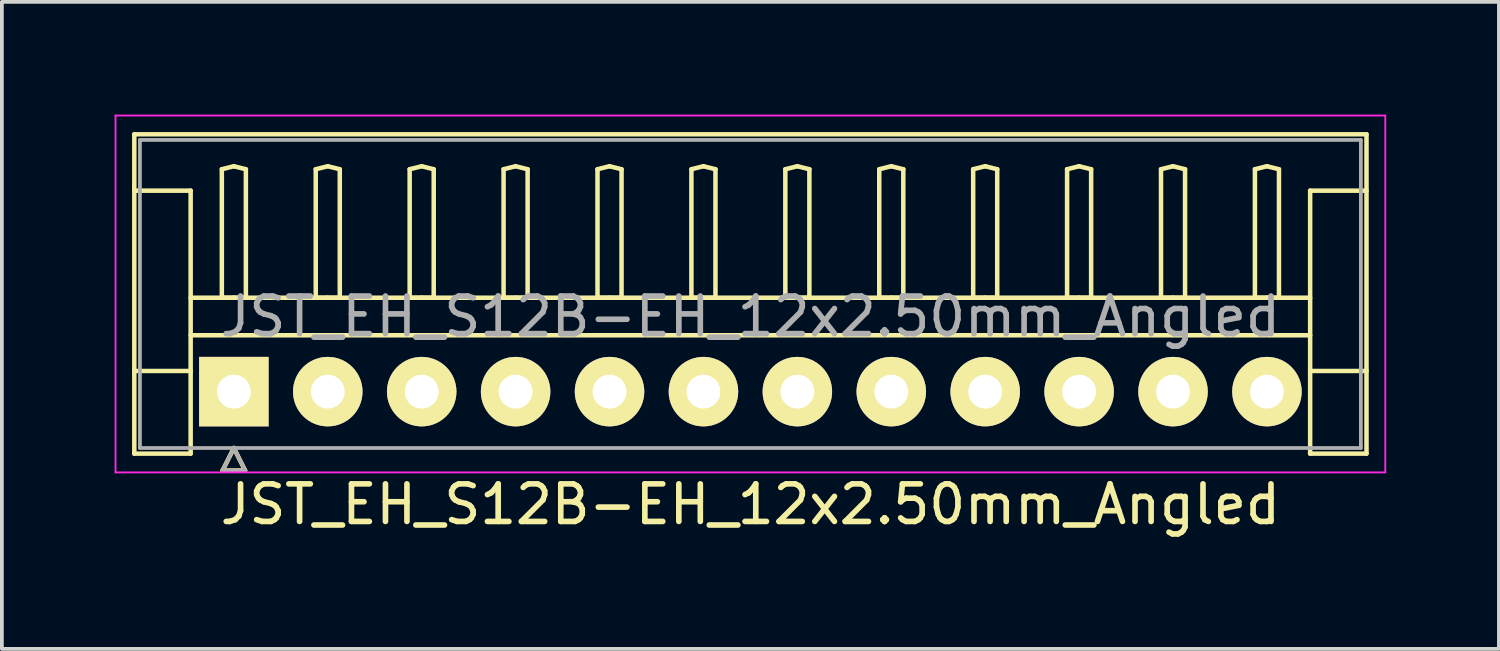
<source format=kicad_pcb>
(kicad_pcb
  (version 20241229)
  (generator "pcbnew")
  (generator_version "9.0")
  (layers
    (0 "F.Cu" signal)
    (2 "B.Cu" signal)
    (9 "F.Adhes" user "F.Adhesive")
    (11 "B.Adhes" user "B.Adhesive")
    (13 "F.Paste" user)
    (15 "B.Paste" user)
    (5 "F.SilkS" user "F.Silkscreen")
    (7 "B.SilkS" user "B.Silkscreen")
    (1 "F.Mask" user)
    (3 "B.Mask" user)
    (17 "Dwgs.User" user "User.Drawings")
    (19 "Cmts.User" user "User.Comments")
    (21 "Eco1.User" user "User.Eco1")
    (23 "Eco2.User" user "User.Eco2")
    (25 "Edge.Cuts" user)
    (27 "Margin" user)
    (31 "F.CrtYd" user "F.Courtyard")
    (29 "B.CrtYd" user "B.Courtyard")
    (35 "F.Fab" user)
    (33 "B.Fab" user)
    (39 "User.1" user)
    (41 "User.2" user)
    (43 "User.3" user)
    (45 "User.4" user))
  (footprint "JST_EH_S12B-EH_12x2.50mm_Angled"
    (layer "F.Cu")
    (at 3.175 7.375)
    (property "Reference" "JST_EH_S12B-EH_12x2.50mm_Angled" (at 13.75 3 0) (layer "F.SilkS") (effects (font (size 1 1) (thickness 0.15))))
    (attr through_hole)
    (fp_line (start -2.65 -6.85) (end 30.15 -6.85) (stroke (width 0.12) (type solid)) (layer "F.SilkS"))
    (fp_line (start -2.65 -5.35) (end -1.15 -5.35) (stroke (width 0.12) (type solid)) (layer "F.SilkS"))
    (fp_line (start -2.65 1.65) (end -2.65 -6.85) (stroke (width 0.12) (type solid)) (layer "F.SilkS"))
    (fp_line (start -1.15 -5.35) (end -1.15 -0.55) (stroke (width 0.12) (type solid)) (layer "F.SilkS"))
    (fp_line (start -1.15 -2.5) (end 28.65 -2.5) (stroke (width 0.12) (type solid)) (layer "F.SilkS"))
    (fp_line (start -1.15 -1.5) (end 28.65 -1.5) (stroke (width 0.12) (type solid)) (layer "F.SilkS"))
    (fp_line (start -1.15 -0.55) (end -2.65 -0.55) (stroke (width 0.12) (type solid)) (layer "F.SilkS"))
    (fp_line (start -1.15 -0.55) (end -1.15 1.65) (stroke (width 0.12) (type solid)) (layer "F.SilkS"))
    (fp_line (start -1.15 1.65) (end -2.65 1.65) (stroke (width 0.12) (type solid)) (layer "F.SilkS"))
    (fp_line (start -0.32 -5.92) (end 0 -6) (stroke (width 0.12) (type solid)) (layer "F.SilkS"))
    (fp_line (start -0.32 -2.5) (end -0.32 -5.92) (stroke (width 0.12) (type solid)) (layer "F.SilkS"))
    (fp_line (start -0.3 2.1) (end 0.3 2.1) (stroke (width 0.12) (type solid)) (layer "F.SilkS"))
    (fp_line (start 0 -6) (end 0.32 -5.92) (stroke (width 0.12) (type solid)) (layer "F.SilkS"))
    (fp_line (start 0 -2.5) (end -0.32 -2.5) (stroke (width 0.12) (type solid)) (layer "F.SilkS"))
    (fp_line (start 0 1.5) (end -0.3 2.1) (stroke (width 0.12) (type solid)) (layer "F.SilkS"))
    (fp_line (start 0.3 2.1) (end 0 1.5) (stroke (width 0.12) (type solid)) (layer "F.SilkS"))
    (fp_line (start 0.32 -5.92) (end 0.32 -2.5) (stroke (width 0.12) (type solid)) (layer "F.SilkS"))
    (fp_line (start 0.32 -2.5) (end 0 -2.5) (stroke (width 0.12) (type solid)) (layer "F.SilkS"))
    (fp_line (start 2.18 -5.92) (end 2.5 -6) (stroke (width 0.12) (type solid)) (layer "F.SilkS"))
    (fp_line (start 2.18 -2.5) (end 2.18 -5.92) (stroke (width 0.12) (type solid)) (layer "F.SilkS"))
    (fp_line (start 2.5 -6) (end 2.82 -5.92) (stroke (width 0.12) (type solid)) (layer "F.SilkS"))
    (fp_line (start 2.5 -2.5) (end 2.18 -2.5) (stroke (width 0.12) (type solid)) (layer "F.SilkS"))
    (fp_line (start 2.82 -5.92) (end 2.82 -2.5) (stroke (width 0.12) (type solid)) (layer "F.SilkS"))
    (fp_line (start 2.82 -2.5) (end 2.5 -2.5) (stroke (width 0.12) (type solid)) (layer "F.SilkS"))
    (fp_line (start 4.68 -5.92) (end 5 -6) (stroke (width 0.12) (type solid)) (layer "F.SilkS"))
    (fp_line (start 4.68 -2.5) (end 4.68 -5.92) (stroke (width 0.12) (type solid)) (layer "F.SilkS"))
    (fp_line (start 5 -6) (end 5.32 -5.92) (stroke (width 0.12) (type solid)) (layer "F.SilkS"))
    (fp_line (start 5 -2.5) (end 4.68 -2.5) (stroke (width 0.12) (type solid)) (layer "F.SilkS"))
    (fp_line (start 5.32 -5.92) (end 5.32 -2.5) (stroke (width 0.12) (type solid)) (layer "F.SilkS"))
    (fp_line (start 5.32 -2.5) (end 5 -2.5) (stroke (width 0.12) (type solid)) (layer "F.SilkS"))
    (fp_line (start 7.18 -5.92) (end 7.5 -6) (stroke (width 0.12) (type solid)) (layer "F.SilkS"))
    (fp_line (start 7.18 -2.5) (end 7.18 -5.92) (stroke (width 0.12) (type solid)) (layer "F.SilkS"))
    (fp_line (start 7.5 -6) (end 7.82 -5.92) (stroke (width 0.12) (type solid)) (layer "F.SilkS"))
    (fp_line (start 7.5 -2.5) (end 7.18 -2.5) (stroke (width 0.12) (type solid)) (layer "F.SilkS"))
    (fp_line (start 7.82 -5.92) (end 7.82 -2.5) (stroke (width 0.12) (type solid)) (layer "F.SilkS"))
    (fp_line (start 7.82 -2.5) (end 7.5 -2.5) (stroke (width 0.12) (type solid)) (layer "F.SilkS"))
    (fp_line (start 9.68 -5.92) (end 10 -6) (stroke (width 0.12) (type solid)) (layer "F.SilkS"))
    (fp_line (start 9.68 -2.5) (end 9.68 -5.92) (stroke (width 0.12) (type solid)) (layer "F.SilkS"))
    (fp_line (start 10 -6) (end 10.32 -5.92) (stroke (width 0.12) (type solid)) (layer "F.SilkS"))
    (fp_line (start 10 -2.5) (end 9.68 -2.5) (stroke (width 0.12) (type solid)) (layer "F.SilkS"))
    (fp_line (start 10.32 -5.92) (end 10.32 -2.5) (stroke (width 0.12) (type solid)) (layer "F.SilkS"))
    (fp_line (start 10.32 -2.5) (end 10 -2.5) (stroke (width 0.12) (type solid)) (layer "F.SilkS"))
    (fp_line (start 12.18 -5.92) (end 12.5 -6) (stroke (width 0.12) (type solid)) (layer "F.SilkS"))
    (fp_line (start 12.18 -2.5) (end 12.18 -5.92) (stroke (width 0.12) (type solid)) (layer "F.SilkS"))
    (fp_line (start 12.5 -6) (end 12.82 -5.92) (stroke (width 0.12) (type solid)) (layer "F.SilkS"))
    (fp_line (start 12.5 -2.5) (end 12.18 -2.5) (stroke (width 0.12) (type solid)) (layer "F.SilkS"))
    (fp_line (start 12.82 -5.92) (end 12.82 -2.5) (stroke (width 0.12) (type solid)) (layer "F.SilkS"))
    (fp_line (start 12.82 -2.5) (end 12.5 -2.5) (stroke (width 0.12) (type solid)) (layer "F.SilkS"))
    (fp_line (start 14.68 -5.92) (end 15 -6) (stroke (width 0.12) (type solid)) (layer "F.SilkS"))
    (fp_line (start 14.68 -2.5) (end 14.68 -5.92) (stroke (width 0.12) (type solid)) (layer "F.SilkS"))
    (fp_line (start 15 -6) (end 15.32 -5.92) (stroke (width 0.12) (type solid)) (layer "F.SilkS"))
    (fp_line (start 15 -2.5) (end 14.68 -2.5) (stroke (width 0.12) (type solid)) (layer "F.SilkS"))
    (fp_line (start 15.32 -5.92) (end 15.32 -2.5) (stroke (width 0.12) (type solid)) (layer "F.SilkS"))
    (fp_line (start 15.32 -2.5) (end 15 -2.5) (stroke (width 0.12) (type solid)) (layer "F.SilkS"))
    (fp_line (start 17.18 -5.92) (end 17.5 -6) (stroke (width 0.12) (type solid)) (layer "F.SilkS"))
    (fp_line (start 17.18 -2.5) (end 17.18 -5.92) (stroke (width 0.12) (type solid)) (layer "F.SilkS"))
    (fp_line (start 17.5 -6) (end 17.82 -5.92) (stroke (width 0.12) (type solid)) (layer "F.SilkS"))
    (fp_line (start 17.5 -2.5) (end 17.18 -2.5) (stroke (width 0.12) (type solid)) (layer "F.SilkS"))
    (fp_line (start 17.82 -5.92) (end 17.82 -2.5) (stroke (width 0.12) (type solid)) (layer "F.SilkS"))
    (fp_line (start 17.82 -2.5) (end 17.5 -2.5) (stroke (width 0.12) (type solid)) (layer "F.SilkS"))
    (fp_line (start 19.68 -5.92) (end 20 -6) (stroke (width 0.12) (type solid)) (layer "F.SilkS"))
    (fp_line (start 19.68 -2.5) (end 19.68 -5.92) (stroke (width 0.12) (type solid)) (layer "F.SilkS"))
    (fp_line (start 20 -6) (end 20.32 -5.92) (stroke (width 0.12) (type solid)) (layer "F.SilkS"))
    (fp_line (start 20 -2.5) (end 19.68 -2.5) (stroke (width 0.12) (type solid)) (layer "F.SilkS"))
    (fp_line (start 20.32 -5.92) (end 20.32 -2.5) (stroke (width 0.12) (type solid)) (layer "F.SilkS"))
    (fp_line (start 20.32 -2.5) (end 20 -2.5) (stroke (width 0.12) (type solid)) (layer "F.SilkS"))
    (fp_line (start 22.18 -5.92) (end 22.5 -6) (stroke (width 0.12) (type solid)) (layer "F.SilkS"))
    (fp_line (start 22.18 -2.5) (end 22.18 -5.92) (stroke (width 0.12) (type solid)) (layer "F.SilkS"))
    (fp_line (start 22.5 -6) (end 22.82 -5.92) (stroke (width 0.12) (type solid)) (layer "F.SilkS"))
    (fp_line (start 22.5 -2.5) (end 22.18 -2.5) (stroke (width 0.12) (type solid)) (layer "F.SilkS"))
    (fp_line (start 22.82 -5.92) (end 22.82 -2.5) (stroke (width 0.12) (type solid)) (layer "F.SilkS"))
    (fp_line (start 22.82 -2.5) (end 22.5 -2.5) (stroke (width 0.12) (type solid)) (layer "F.SilkS"))
    (fp_line (start 24.68 -5.92) (end 25 -6) (stroke (width 0.12) (type solid)) (layer "F.SilkS"))
    (fp_line (start 24.68 -2.5) (end 24.68 -5.92) (stroke (width 0.12) (type solid)) (layer "F.SilkS"))
    (fp_line (start 25 -6) (end 25.32 -5.92) (stroke (width 0.12) (type solid)) (layer "F.SilkS"))
    (fp_line (start 25 -2.5) (end 24.68 -2.5) (stroke (width 0.12) (type solid)) (layer "F.SilkS"))
    (fp_line (start 25.32 -5.92) (end 25.32 -2.5) (stroke (width 0.12) (type solid)) (layer "F.SilkS"))
    (fp_line (start 25.32 -2.5) (end 25 -2.5) (stroke (width 0.12) (type solid)) (layer "F.SilkS"))
    (fp_line (start 27.18 -5.92) (end 27.5 -6) (stroke (width 0.12) (type solid)) (layer "F.SilkS"))
    (fp_line (start 27.18 -2.5) (end 27.18 -5.92) (stroke (width 0.12) (type solid)) (layer "F.SilkS"))
    (fp_line (start 27.5 -6) (end 27.82 -5.92) (stroke (width 0.12) (type solid)) (layer "F.SilkS"))
    (fp_line (start 27.5 -2.5) (end 27.18 -2.5) (stroke (width 0.12) (type solid)) (layer "F.SilkS"))
    (fp_line (start 27.82 -5.92) (end 27.82 -2.5) (stroke (width 0.12) (type solid)) (layer "F.SilkS"))
    (fp_line (start 27.82 -2.5) (end 27.5 -2.5) (stroke (width 0.12) (type solid)) (layer "F.SilkS"))
    (fp_line (start 28.65 -5.35) (end 28.65 -0.55) (stroke (width 0.12) (type solid)) (layer "F.SilkS"))
    (fp_line (start 28.65 -0.55) (end 30.15 -0.55) (stroke (width 0.12) (type solid)) (layer "F.SilkS"))
    (fp_line (start 28.65 1.65) (end 28.65 -0.55) (stroke (width 0.12) (type solid)) (layer "F.SilkS"))
    (fp_line (start 30.15 -6.85) (end 30.15 1.65) (stroke (width 0.12) (type solid)) (layer "F.SilkS"))
    (fp_line (start 30.15 -5.35) (end 28.65 -5.35) (stroke (width 0.12) (type solid)) (layer "F.SilkS"))
    (fp_line (start 30.15 1.65) (end 28.65 1.65) (stroke (width 0.12) (type solid)) (layer "F.SilkS"))
    (fp_line (start -3.15 -7.35) (end -3.15 2.15) (stroke (width 0.05) (type solid)) (layer "F.CrtYd"))
    (fp_line (start -3.15 2.15) (end 30.65 2.15) (stroke (width 0.05) (type solid)) (layer "F.CrtYd"))
    (fp_line (start 30.65 -7.35) (end -3.15 -7.35) (stroke (width 0.05) (type solid)) (layer "F.CrtYd"))
    (fp_line (start 30.65 2.15) (end 30.65 -7.35) (stroke (width 0.05) (type solid)) (layer "F.CrtYd"))
    (fp_line (start -2.5 -6.7) (end -2.5 1.5) (stroke (width 0.1) (type solid)) (layer "F.Fab"))
    (fp_line (start -2.5 1.5) (end 30 1.5) (stroke (width 0.1) (type solid)) (layer "F.Fab"))
    (fp_line (start -0.3 2.1) (end 0.3 2.1) (stroke (width 0.1) (type solid)) (layer "F.Fab"))
    (fp_line (start 0 1.5) (end -0.3 2.1) (stroke (width 0.1) (type solid)) (layer "F.Fab"))
    (fp_line (start 0.3 2.1) (end 0 1.5) (stroke (width 0.1) (type solid)) (layer "F.Fab"))
    (fp_line (start 30 -6.7) (end -2.5 -6.7) (stroke (width 0.1) (type solid)) (layer "F.Fab"))
    (fp_line (start 30 1.5) (end 30 -6.7) (stroke (width 0.1) (type solid)) (layer "F.Fab"))
    (fp_text user "${REFERENCE}" (at 13.75 -2 0) (layer "F.Fab") (effects (font (size 1 1) (thickness 0.15))))
    (pad "1" thru_hole rect (at 0 0) (size 1.85 1.85) (drill 0.9) (layers "*.Cu" "*.Mask" "F.SilkS"))
    (pad "2" thru_hole circle (at 2.5 0) (size 1.85 1.85) (drill 0.9) (layers "*.Cu" "*.Mask" "F.SilkS"))
    (pad "3" thru_hole circle (at 5 0) (size 1.85 1.85) (drill 0.9) (layers "*.Cu" "*.Mask" "F.SilkS"))
    (pad "4" thru_hole circle (at 7.5 0) (size 1.85 1.85) (drill 0.9) (layers "*.Cu" "*.Mask" "F.SilkS"))
    (pad "5" thru_hole circle (at 10 0) (size 1.85 1.85) (drill 0.9) (layers "*.Cu" "*.Mask" "F.SilkS"))
    (pad "6" thru_hole circle (at 12.5 0) (size 1.85 1.85) (drill 0.9) (layers "*.Cu" "*.Mask" "F.SilkS"))
    (pad "7" thru_hole circle (at 15 0) (size 1.85 1.85) (drill 0.9) (layers "*.Cu" "*.Mask" "F.SilkS"))
    (pad "8" thru_hole circle (at 17.5 0) (size 1.85 1.85) (drill 0.9) (layers "*.Cu" "*.Mask" "F.SilkS"))
    (pad "9" thru_hole circle (at 20 0) (size 1.85 1.85) (drill 0.9) (layers "*.Cu" "*.Mask" "F.SilkS"))
    (pad "10" thru_hole circle (at 22.5 0) (size 1.85 1.85) (drill 0.9) (layers "*.Cu" "*.Mask" "F.SilkS"))
    (pad "11" thru_hole circle (at 25 0) (size 1.85 1.85) (drill 0.9) (layers "*.Cu" "*.Mask" "F.SilkS"))
    (pad "12" thru_hole circle (at 27.5 0) (size 1.85 1.85) (drill 0.9) (layers "*.Cu" "*.Mask" "F.SilkS")))
  (gr_rect
    (start -3 -3)
    (end 36.85 14.223)
    (stroke (width 0.1) (type default))
    (fill no)
    (layer "Edge.Cuts")))
</source>
